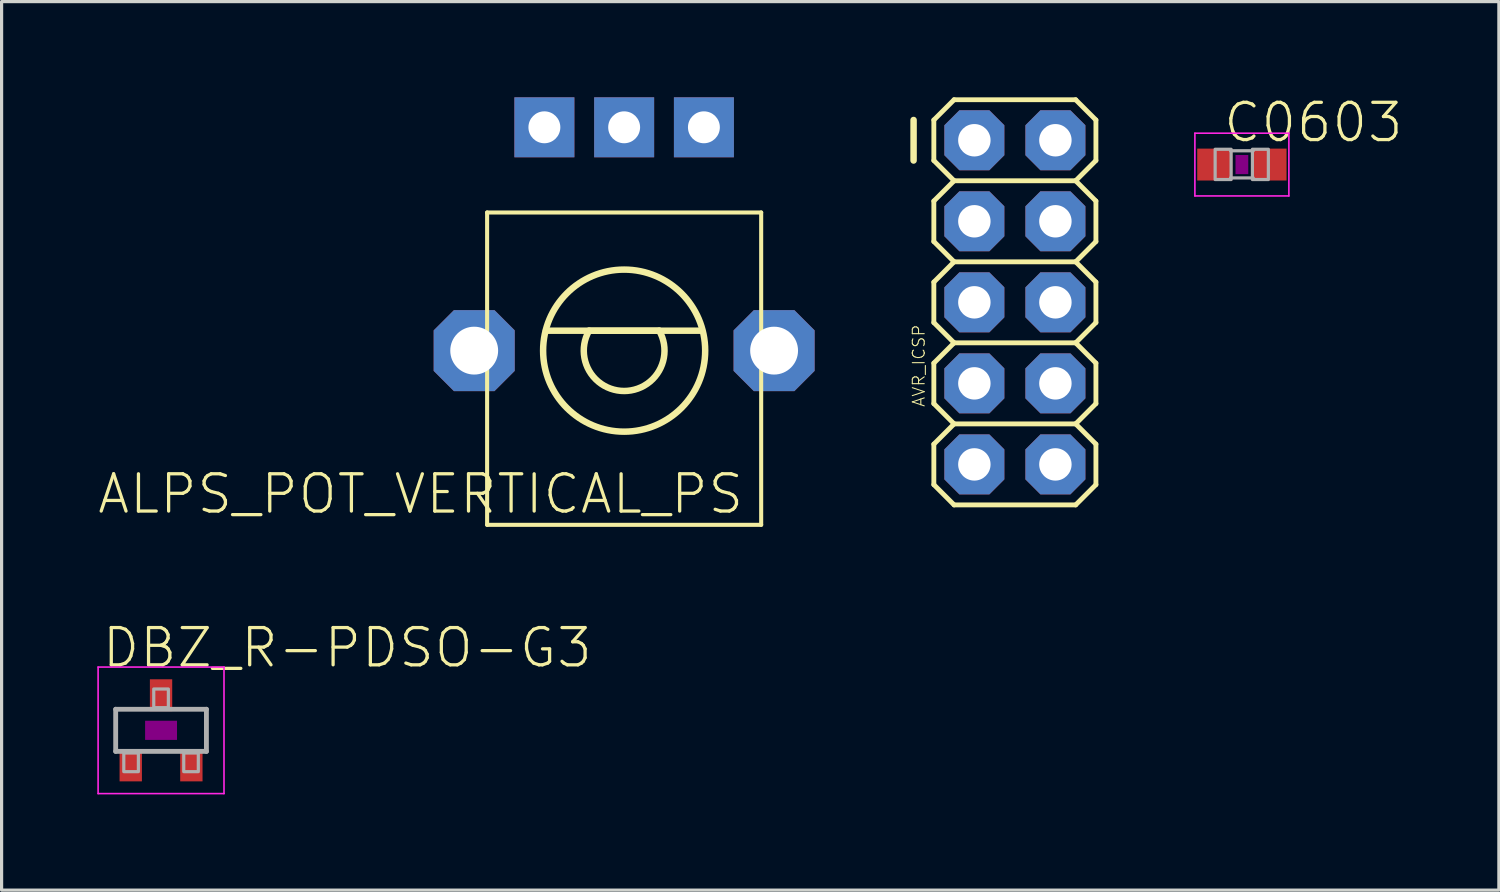
<source format=kicad_pcb>
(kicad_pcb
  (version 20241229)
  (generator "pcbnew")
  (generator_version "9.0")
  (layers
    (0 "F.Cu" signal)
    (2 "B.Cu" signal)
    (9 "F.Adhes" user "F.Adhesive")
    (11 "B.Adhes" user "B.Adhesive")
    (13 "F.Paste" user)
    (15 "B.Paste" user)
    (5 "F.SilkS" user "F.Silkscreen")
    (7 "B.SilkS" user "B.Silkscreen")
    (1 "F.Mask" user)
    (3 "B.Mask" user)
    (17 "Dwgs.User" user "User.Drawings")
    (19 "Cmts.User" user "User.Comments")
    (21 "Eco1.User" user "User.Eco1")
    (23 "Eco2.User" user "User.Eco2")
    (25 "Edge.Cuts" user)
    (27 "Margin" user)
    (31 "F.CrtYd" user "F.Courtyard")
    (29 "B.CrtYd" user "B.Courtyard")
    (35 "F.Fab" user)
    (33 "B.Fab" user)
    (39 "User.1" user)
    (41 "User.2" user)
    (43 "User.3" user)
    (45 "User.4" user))
  (footprint "C0603"
    (layer "F.Cu")
    (at 35.875 2.108)
    (property "Reference" "C0603" (at -0.635 -0.635 0) (layer "F.SilkS") (effects (font (size 1.168 1.168) (thickness 0.102)) (justify left bottom)))
    (fp_poly (pts (xy -0.2 0.3) (xy 0.2 0.3) (xy 0.2 -0.3) (xy -0.2 -0.3)) (stroke (width 0) (type solid)) (fill yes) (layer "F.Adhes"))
    (fp_line (start -1.473 -0.983) (end 1.473 -0.983) (stroke (width 0.051) (type solid)) (layer "F.CrtYd"))
    (fp_line (start -1.473 0.983) (end -1.473 -0.983) (stroke (width 0.051) (type solid)) (layer "F.CrtYd"))
    (fp_line (start 1.473 -0.983) (end 1.473 0.983) (stroke (width 0.051) (type solid)) (layer "F.CrtYd"))
    (fp_line (start 1.473 0.983) (end -1.473 0.983) (stroke (width 0.051) (type solid)) (layer "F.CrtYd"))
    (fp_line (start -0.356 -0.432) (end 0.356 -0.432) (stroke (width 0.102) (type solid)) (layer "F.Fab"))
    (fp_line (start -0.356 0.419) (end 0.356 0.419) (stroke (width 0.102) (type solid)) (layer "F.Fab"))
    (fp_poly (pts (xy -0.838 0.47) (xy -0.338 0.47) (xy -0.338 -0.48) (xy -0.838 -0.48)) (stroke (width 0.1) (type solid)) (fill no) (layer "F.Fab"))
    (fp_poly (pts (xy 0.33 0.47) (xy 0.83 0.47) (xy 0.83 -0.48) (xy 0.33 -0.48)) (stroke (width 0.1) (type solid)) (fill no) (layer "F.Fab"))
    (pad "1" smd rect (at -0.85 0) (size 1.1 1) (layers "F.Cu" "F.Mask" "F.Paste"))
    (pad "2" smd rect (at 0.85 0) (size 1.1 1) (layers "F.Cu" "F.Mask" "F.Paste")))
  (footprint "ALPS_POT_VERTICAL_PS"
    (layer "F.Cu")
    (at 16.513 7.94)
    (property "Reference" "ALPS_POT_VERTICAL_PS" (at 3.81 3.81 0) (layer "F.SilkS") (effects (font (size 1.168 1.168) (thickness 0.102)) (justify right top)))
    (fp_line (start -4.295 -4.33) (end 4.295 -4.33) (stroke (width 0.127) (type solid)) (layer "F.SilkS"))
    (fp_line (start -4.295 5.46) (end -4.295 -4.33) (stroke (width 0.127) (type solid)) (layer "F.SilkS"))
    (fp_line (start -2.45 -0.625) (end 2.425 -0.625) (stroke (width 0.203) (type solid)) (layer "F.SilkS"))
    (fp_line (start -1.1 -0.625) (end 1.1 -0.625) (stroke (width 0.203) (type solid)) (layer "F.SilkS"))
    (fp_line (start 4.295 -4.33) (end 4.295 5.46) (stroke (width 0.127) (type solid)) (layer "F.SilkS"))
    (fp_line (start 4.295 5.46) (end -4.295 5.46) (stroke (width 0.127) (type solid)) (layer "F.SilkS"))
    (fp_arc (start 1.1 -0.625) (mid 0 1.265158) (end -1.1 -0.625) (stroke (width 0.2032) (type solid)) (layer "F.SilkS"))
    (fp_circle (center 0 0) (end 2.54 0) (stroke (width 0.203) (type solid)) (fill no) (layer "F.SilkS"))
    (pad "P$1" thru_hole rect (at -2.5 -7 270) (size 1.88 1.88) (drill 1) (layers "*.Cu" "*.Mask"))
    (pad "P$2" thru_hole rect (at 0 -7 270) (size 1.88 1.88) (drill 1) (layers "*.Cu" "*.Mask"))
    (pad "P$3" thru_hole rect (at 2.5 -7 270) (size 1.88 1.88) (drill 1) (layers "*.Cu" "*.Mask"))
    (pad "P$4" thru_hole roundrect (at -4.7 0 270) (size 2.54 2.54) (drill 1.5) (layers "*.Cu" "*.Mask") (roundrect_rratio 0.25) (chamfer_ratio 0.25) (chamfer top_left top_right bottom_left bottom_right))
    (pad "P$5" thru_hole roundrect (at 4.7 0 270) (size 2.54 2.54) (drill 1.5) (layers "*.Cu" "*.Mask") (roundrect_rratio 0.25) (chamfer_ratio 0.25) (chamfer top_left top_right bottom_left bottom_right)))
  (footprint "AVR_ICSP"
    (layer "F.Cu")
    (at 28.76 6.426)
    (property "Reference" "AVR_ICSP" (at -2.794 3.302 90) (layer "F.SilkS") (effects (font (size 0.374 0.374) (thickness 0.033)) (justify left bottom)))
    (fp_line (start -3.175 -5.715) (end -3.175 -4.445) (stroke (width 0.203) (type solid)) (layer "F.SilkS"))
    (fp_line (start -2.54 -5.715) (end -2.54 -4.445) (stroke (width 0.152) (type solid)) (layer "F.SilkS"))
    (fp_line (start -2.54 -4.445) (end -1.905 -3.81) (stroke (width 0.152) (type solid)) (layer "F.SilkS"))
    (fp_line (start -2.54 -3.175) (end -2.54 -1.905) (stroke (width 0.152) (type solid)) (layer "F.SilkS"))
    (fp_line (start -2.54 -1.905) (end -1.905 -1.27) (stroke (width 0.152) (type solid)) (layer "F.SilkS"))
    (fp_line (start -2.54 -0.635) (end -2.54 0.635) (stroke (width 0.152) (type solid)) (layer "F.SilkS"))
    (fp_line (start -2.54 0.635) (end -1.905 1.27) (stroke (width 0.152) (type solid)) (layer "F.SilkS"))
    (fp_line (start -2.54 1.905) (end -2.54 3.175) (stroke (width 0.152) (type solid)) (layer "F.SilkS"))
    (fp_line (start -2.54 3.175) (end -1.905 3.81) (stroke (width 0.152) (type solid)) (layer "F.SilkS"))
    (fp_line (start -2.54 4.445) (end -2.54 5.715) (stroke (width 0.152) (type solid)) (layer "F.SilkS"))
    (fp_line (start -2.54 5.715) (end -1.905 6.35) (stroke (width 0.152) (type solid)) (layer "F.SilkS"))
    (fp_line (start -1.905 -6.35) (end -2.54 -5.715) (stroke (width 0.152) (type solid)) (layer "F.SilkS"))
    (fp_line (start -1.905 -6.35) (end 1.905 -6.35) (stroke (width 0.152) (type solid)) (layer "F.SilkS"))
    (fp_line (start -1.905 -3.81) (end -2.54 -3.175) (stroke (width 0.152) (type solid)) (layer "F.SilkS"))
    (fp_line (start -1.905 -1.27) (end -2.54 -0.635) (stroke (width 0.152) (type solid)) (layer "F.SilkS"))
    (fp_line (start -1.905 1.27) (end -2.54 1.905) (stroke (width 0.152) (type solid)) (layer "F.SilkS"))
    (fp_line (start -1.905 3.81) (end -2.54 4.445) (stroke (width 0.152) (type solid)) (layer "F.SilkS"))
    (fp_line (start 1.905 -6.35) (end 2.54 -5.715) (stroke (width 0.152) (type solid)) (layer "F.SilkS"))
    (fp_line (start 1.905 -3.81) (end -1.905 -3.81) (stroke (width 0.152) (type solid)) (layer "F.SilkS"))
    (fp_line (start 1.905 -3.81) (end 2.54 -3.175) (stroke (width 0.152) (type solid)) (layer "F.SilkS"))
    (fp_line (start 1.905 -1.27) (end -1.905 -1.27) (stroke (width 0.152) (type solid)) (layer "F.SilkS"))
    (fp_line (start 1.905 -1.27) (end 2.54 -0.635) (stroke (width 0.152) (type solid)) (layer "F.SilkS"))
    (fp_line (start 1.905 1.27) (end -1.905 1.27) (stroke (width 0.152) (type solid)) (layer "F.SilkS"))
    (fp_line (start 1.905 1.27) (end 2.54 1.905) (stroke (width 0.152) (type solid)) (layer "F.SilkS"))
    (fp_line (start 1.905 3.81) (end -1.905 3.81) (stroke (width 0.152) (type solid)) (layer "F.SilkS"))
    (fp_line (start 1.905 3.81) (end 2.54 4.445) (stroke (width 0.152) (type solid)) (layer "F.SilkS"))
    (fp_line (start 1.905 6.35) (end -1.905 6.35) (stroke (width 0.152) (type solid)) (layer "F.SilkS"))
    (fp_line (start 2.54 -5.715) (end 2.54 -4.445) (stroke (width 0.152) (type solid)) (layer "F.SilkS"))
    (fp_line (start 2.54 -4.445) (end 1.905 -3.81) (stroke (width 0.152) (type solid)) (layer "F.SilkS"))
    (fp_line (start 2.54 -3.175) (end 2.54 -1.905) (stroke (width 0.152) (type solid)) (layer "F.SilkS"))
    (fp_line (start 2.54 -1.905) (end 1.905 -1.27) (stroke (width 0.152) (type solid)) (layer "F.SilkS"))
    (fp_line (start 2.54 -0.635) (end 2.54 0.635) (stroke (width 0.152) (type solid)) (layer "F.SilkS"))
    (fp_line (start 2.54 0.635) (end 1.905 1.27) (stroke (width 0.152) (type solid)) (layer "F.SilkS"))
    (fp_line (start 2.54 1.905) (end 2.54 3.175) (stroke (width 0.152) (type solid)) (layer "F.SilkS"))
    (fp_line (start 2.54 3.175) (end 1.905 3.81) (stroke (width 0.152) (type solid)) (layer "F.SilkS"))
    (fp_line (start 2.54 4.445) (end 2.54 5.715) (stroke (width 0.152) (type solid)) (layer "F.SilkS"))
    (fp_line (start 2.54 5.715) (end 1.905 6.35) (stroke (width 0.152) (type solid)) (layer "F.SilkS"))
    (fp_poly (pts (xy -1.524 0.254) (xy -1.016 0.254) (xy -1.016 -0.254) (xy -1.524 -0.254)) (stroke (width 0) (type solid)) (fill yes) (layer "F.SilkS"))
    (fp_poly (pts (xy -1.524 -4.826) (xy -1.016 -4.826) (xy -1.016 -5.334) (xy -1.524 -5.334)) (stroke (width 0.1) (type solid)) (fill no) (layer "F.Fab"))
    (fp_poly (pts (xy -1.524 -2.286) (xy -1.016 -2.286) (xy -1.016 -2.794) (xy -1.524 -2.794)) (stroke (width 0.1) (type solid)) (fill no) (layer "F.Fab"))
    (fp_poly (pts (xy -1.524 2.794) (xy -1.016 2.794) (xy -1.016 2.286) (xy -1.524 2.286)) (stroke (width 0.1) (type solid)) (fill no) (layer "F.Fab"))
    (fp_poly (pts (xy -1.524 5.334) (xy -1.016 5.334) (xy -1.016 4.826) (xy -1.524 4.826)) (stroke (width 0.1) (type solid)) (fill no) (layer "F.Fab"))
    (fp_poly (pts (xy 1.016 -4.826) (xy 1.524 -4.826) (xy 1.524 -5.334) (xy 1.016 -5.334)) (stroke (width 0.1) (type solid)) (fill no) (layer "F.Fab"))
    (fp_poly (pts (xy 1.016 -2.286) (xy 1.524 -2.286) (xy 1.524 -2.794) (xy 1.016 -2.794)) (stroke (width 0.1) (type solid)) (fill no) (layer "F.Fab"))
    (fp_poly (pts (xy 1.016 0.254) (xy 1.524 0.254) (xy 1.524 -0.254) (xy 1.016 -0.254)) (stroke (width 0.1) (type solid)) (fill no) (layer "F.Fab"))
    (fp_poly (pts (xy 1.016 2.794) (xy 1.524 2.794) (xy 1.524 2.286) (xy 1.016 2.286)) (stroke (width 0.1) (type solid)) (fill no) (layer "F.Fab"))
    (fp_poly (pts (xy 1.016 5.334) (xy 1.524 5.334) (xy 1.524 4.826) (xy 1.016 4.826)) (stroke (width 0.1) (type solid)) (fill no) (layer "F.Fab"))
    (pad "1" thru_hole roundrect (at -1.27 -5.08 270) (size 1.88 1.88) (drill 1.016) (layers "*.Cu" "*.Mask") (roundrect_rratio 0.25) (chamfer_ratio 0.25) (chamfer top_left top_right bottom_left bottom_right))
    (pad "2" thru_hole roundrect (at 1.27 -5.08 270) (size 1.88 1.88) (drill 1.016) (layers "*.Cu" "*.Mask") (roundrect_rratio 0.25) (chamfer_ratio 0.25) (chamfer top_left top_right bottom_left bottom_right))
    (pad "3" thru_hole roundrect (at -1.27 -2.54 270) (size 1.88 1.88) (drill 1.016) (layers "*.Cu" "*.Mask") (roundrect_rratio 0.25) (chamfer_ratio 0.25) (chamfer top_left top_right bottom_left bottom_right))
    (pad "4" thru_hole roundrect (at 1.27 -2.54 270) (size 1.88 1.88) (drill 1.016) (layers "*.Cu" "*.Mask") (roundrect_rratio 0.25) (chamfer_ratio 0.25) (chamfer top_left top_right bottom_left bottom_right))
    (pad "5" thru_hole roundrect (at -1.27 0 270) (size 1.88 1.88) (drill 1.016) (layers "*.Cu" "*.Mask") (roundrect_rratio 0.25) (chamfer_ratio 0.25) (chamfer top_left top_right bottom_left bottom_right))
    (pad "6" thru_hole roundrect (at 1.27 0 270) (size 1.88 1.88) (drill 1.016) (layers "*.Cu" "*.Mask") (roundrect_rratio 0.25) (chamfer_ratio 0.25) (chamfer top_left top_right bottom_left bottom_right))
    (pad "7" thru_hole roundrect (at -1.27 2.54 270) (size 1.88 1.88) (drill 1.016) (layers "*.Cu" "*.Mask") (roundrect_rratio 0.25) (chamfer_ratio 0.25) (chamfer top_left top_right bottom_left bottom_right))
    (pad "8" thru_hole roundrect (at 1.27 2.54 270) (size 1.88 1.88) (drill 1.016) (layers "*.Cu" "*.Mask") (roundrect_rratio 0.25) (chamfer_ratio 0.25) (chamfer top_left top_right bottom_left bottom_right))
    (pad "9" thru_hole roundrect (at -1.27 5.08 270) (size 1.88 1.88) (drill 1.016) (layers "*.Cu" "*.Mask") (roundrect_rratio 0.25) (chamfer_ratio 0.25) (chamfer top_left top_right bottom_left bottom_right))
    (pad "10" thru_hole roundrect (at 1.27 5.08 270) (size 1.88 1.88) (drill 1.016) (layers "*.Cu" "*.Mask") (roundrect_rratio 0.25) (chamfer_ratio 0.25) (chamfer top_left top_right bottom_left bottom_right)))
  (footprint "DBZ_R-PDSO-G3"
    (layer "F.Cu")
    (at 1.998 19.841)
    (property "Reference" "DBZ_R-PDSO-G3" (at -1.905 -1.905 0) (layer "F.SilkS") (effects (font (size 1.168 1.168) (thickness 0.102)) (justify left bottom)))
    (fp_poly (pts (xy -0.5 0.3) (xy 0.5 0.3) (xy 0.5 -0.3) (xy -0.5 -0.3)) (stroke (width 0) (type solid)) (fill yes) (layer "F.Adhes"))
    (fp_line (start -1.973 -1.983) (end 1.973 -1.983) (stroke (width 0.051) (type solid)) (layer "F.CrtYd"))
    (fp_line (start -1.973 1.983) (end -1.973 -1.983) (stroke (width 0.051) (type solid)) (layer "F.CrtYd"))
    (fp_line (start 1.973 -1.983) (end 1.973 1.983) (stroke (width 0.051) (type solid)) (layer "F.CrtYd"))
    (fp_line (start 1.973 1.983) (end -1.973 1.983) (stroke (width 0.051) (type solid)) (layer "F.CrtYd"))
    (fp_line (start -1.422 -0.66) (end 1.422 -0.66) (stroke (width 0.152) (type solid)) (layer "F.Fab"))
    (fp_line (start -1.422 0.66) (end -1.422 -0.66) (stroke (width 0.152) (type solid)) (layer "F.Fab"))
    (fp_line (start 1.422 -0.66) (end 1.422 0.66) (stroke (width 0.152) (type solid)) (layer "F.Fab"))
    (fp_line (start 1.422 0.66) (end -1.422 0.66) (stroke (width 0.152) (type solid)) (layer "F.Fab"))
    (fp_poly (pts (xy -1.168 1.295) (xy -0.711 1.295) (xy -0.711 0.711) (xy -1.168 0.711)) (stroke (width 0.1) (type solid)) (fill no) (layer "F.Fab"))
    (fp_poly (pts (xy -0.229 -0.711) (xy 0.229 -0.711) (xy 0.229 -1.295) (xy -0.229 -1.295)) (stroke (width 0.1) (type solid)) (fill no) (layer "F.Fab"))
    (fp_poly (pts (xy 0.711 1.295) (xy 1.168 1.295) (xy 1.168 0.711) (xy 0.711 0.711)) (stroke (width 0.1) (type solid)) (fill no) (layer "F.Fab"))
    (pad "1" smd rect (at -0.95 1.1) (size 0.7 1) (layers "F.Cu" "F.Mask" "F.Paste"))
    (pad "2" smd rect (at 0.95 1.1) (size 0.7 1) (layers "F.Cu" "F.Mask" "F.Paste"))
    (pad "3" smd rect (at 0 -1.1) (size 0.7 1) (layers "F.Cu" "F.Mask" "F.Paste")))
  (gr_rect
    (start -3 -3)
    (end 43.93 24.85)
    (stroke (width 0.1) (type default))
    (fill no)
    (layer "Edge.Cuts")))
</source>
